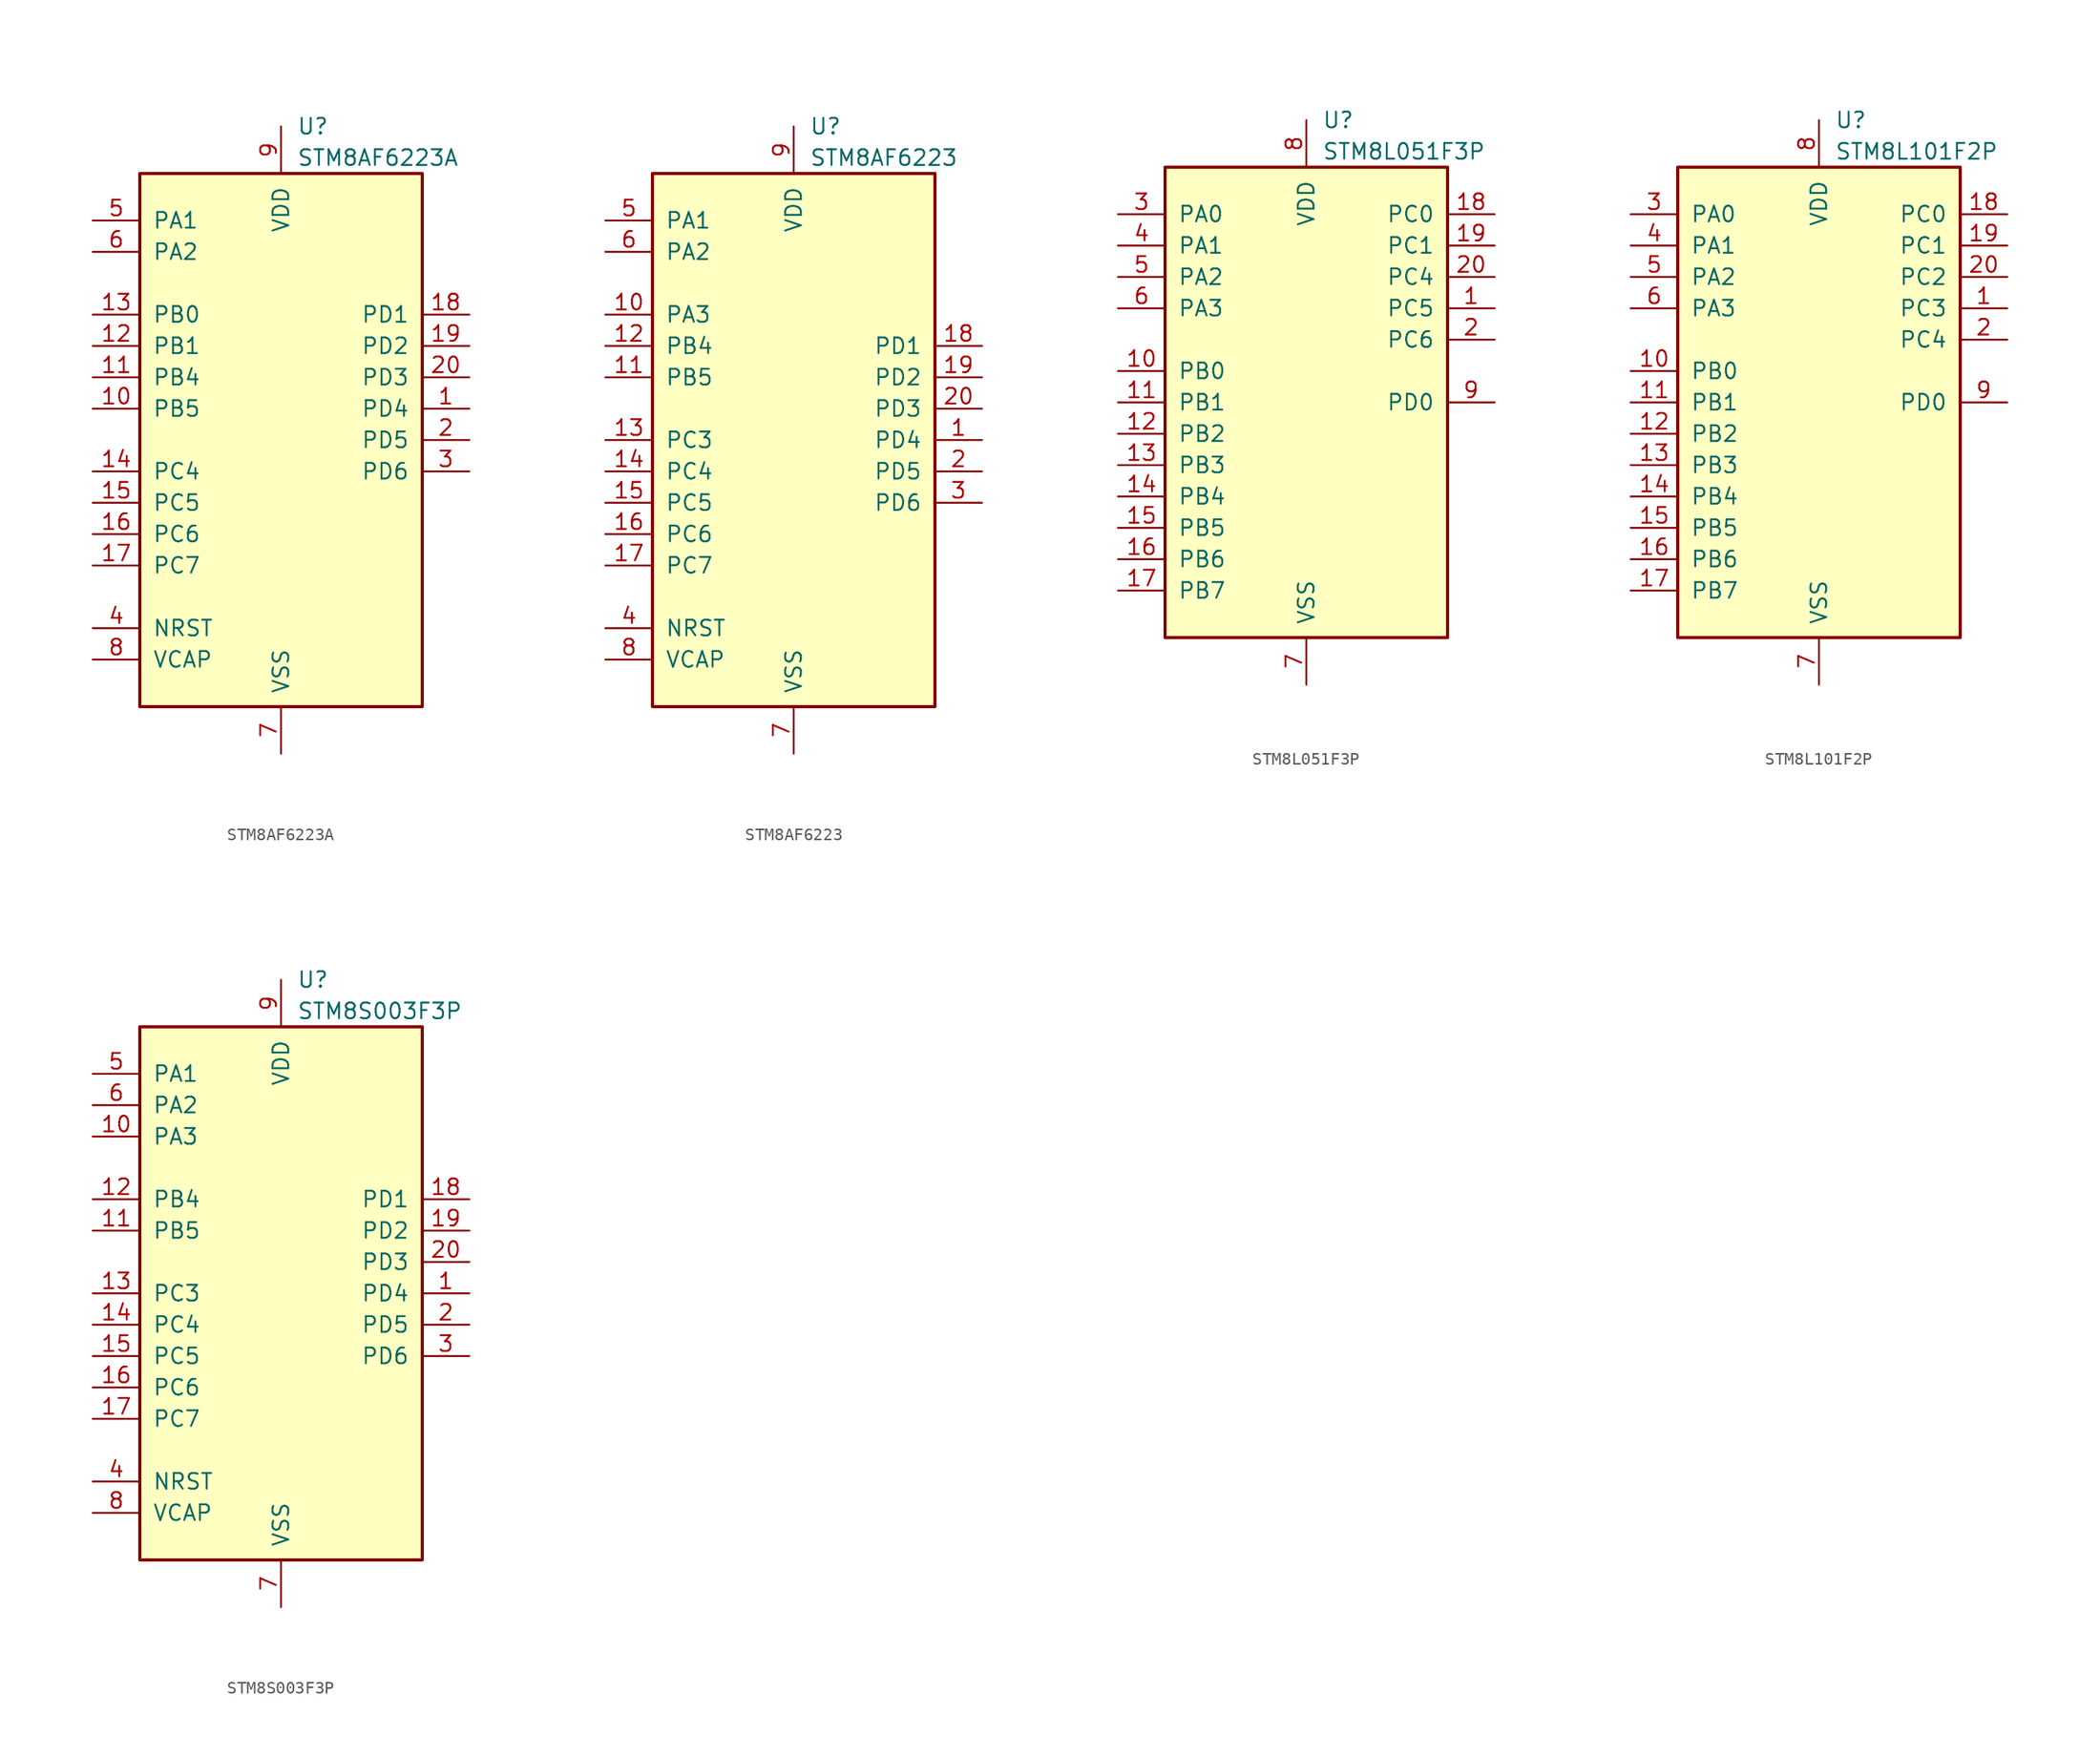
<source format=kicad_sym>
(kicad_symbol_lib
  (version 20211014)
  (generator kicad_symbol_editor)
  (symbol "STM8AF6223A"
    (pin_names
      (offset 1.016))
    (property "Reference" "U"
      (at 1.27 25.4 0)
      (effects (font (size 1.27 1.27)) (justify left)))
    (property "Value" "STM8AF6223A"
      (at 1.27 22.86 0)
      (effects (font (size 1.27 1.27)) (justify left)))
    (symbol "STM8AF6223A_0_1"
      (rectangle (start -11.43 21.59) (end 11.43 -21.59) (stroke (width 0.254) (type default) (color 0 0 0 0)) (fill (type background))))
    (symbol "STM8AF6223A_1_1"
      (pin bidirectional line (at 15.24 2.54 180) (length 3.81) (name "PD4" (effects (font (size 1.27 1.27)))) (number "1" (effects (font (size 1.27 1.27)))))
      (pin bidirectional line (at -15.24 2.54 0) (length 3.81) (name "PB5" (effects (font (size 1.27 1.27)))) (number "10" (effects (font (size 1.27 1.27)))))
      (pin bidirectional line (at -15.24 5.08 0) (length 3.81) (name "PB4" (effects (font (size 1.27 1.27)))) (number "11" (effects (font (size 1.27 1.27)))))
      (pin bidirectional line (at -15.24 7.62 0) (length 3.81) (name "PB1" (effects (font (size 1.27 1.27)))) (number "12" (effects (font (size 1.27 1.27)))))
      (pin bidirectional line (at -15.24 10.16 0) (length 3.81) (name "PB0" (effects (font (size 1.27 1.27)))) (number "13" (effects (font (size 1.27 1.27)))))
      (pin bidirectional line (at -15.24 -2.54 0) (length 3.81) (name "PC4" (effects (font (size 1.27 1.27)))) (number "14" (effects (font (size 1.27 1.27)))))
      (pin bidirectional line (at -15.24 -5.08 0) (length 3.81) (name "PC5" (effects (font (size 1.27 1.27)))) (number "15" (effects (font (size 1.27 1.27)))))
      (pin bidirectional line (at -15.24 -7.62 0) (length 3.81) (name "PC6" (effects (font (size 1.27 1.27)))) (number "16" (effects (font (size 1.27 1.27)))))
      (pin bidirectional line (at -15.24 -10.16 0) (length 3.81) (name "PC7" (effects (font (size 1.27 1.27)))) (number "17" (effects (font (size 1.27 1.27)))))
      (pin bidirectional line (at 15.24 10.16 180) (length 3.81) (name "PD1" (effects (font (size 1.27 1.27)))) (number "18" (effects (font (size 1.27 1.27)))))
      (pin bidirectional line (at 15.24 7.62 180) (length 3.81) (name "PD2" (effects (font (size 1.27 1.27)))) (number "19" (effects (font (size 1.27 1.27)))))
      (pin bidirectional line (at 15.24 0 180) (length 3.81) (name "PD5" (effects (font (size 1.27 1.27)))) (number "2" (effects (font (size 1.27 1.27)))))
      (pin bidirectional line (at 15.24 5.08 180) (length 3.81) (name "PD3" (effects (font (size 1.27 1.27)))) (number "20" (effects (font (size 1.27 1.27)))))
      (pin bidirectional line (at 15.24 -2.54 180) (length 3.81) (name "PD6" (effects (font (size 1.27 1.27)))) (number "3" (effects (font (size 1.27 1.27)))))
      (pin input line (at -15.24 -15.24 0) (length 3.81) (name "NRST" (effects (font (size 1.27 1.27)))) (number "4" (effects (font (size 1.27 1.27)))))
      (pin bidirectional line (at -15.24 17.78 0) (length 3.81) (name "PA1" (effects (font (size 1.27 1.27)))) (number "5" (effects (font (size 1.27 1.27)))))
      (pin bidirectional line (at -15.24 15.24 0) (length 3.81) (name "PA2" (effects (font (size 1.27 1.27)))) (number "6" (effects (font (size 1.27 1.27)))))
      (pin power_in line (at 0 -25.4 90) (length 3.81) (name "VSS" (effects (font (size 1.27 1.27)))) (number "7" (effects (font (size 1.27 1.27)))))
      (pin input line (at -15.24 -17.78 0) (length 3.81) (name "VCAP" (effects (font (size 1.27 1.27)))) (number "8" (effects (font (size 1.27 1.27)))))
      (pin power_in line (at 0 25.4 270) (length 3.81) (name "VDD" (effects (font (size 1.27 1.27)))) (number "9" (effects (font (size 1.27 1.27)))))))
  (symbol "STM8AF6223"
    (pin_names
      (offset 1.016))
    (property "Reference" "U"
      (at 1.27 25.4 0)
      (effects (font (size 1.27 1.27)) (justify left)))
    (property "Value" "STM8AF6223"
      (at 1.27 22.86 0)
      (effects (font (size 1.27 1.27)) (justify left)))
    (symbol "STM8AF6223_0_1"
      (rectangle (start -11.43 21.59) (end 11.43 -21.59) (stroke (width 0.254) (type default) (color 0 0 0 0)) (fill (type background))))
    (symbol "STM8AF6223_1_1"
      (pin bidirectional line (at 15.24 0 180) (length 3.81) (name "PD4" (effects (font (size 1.27 1.27)))) (number "1" (effects (font (size 1.27 1.27)))))
      (pin bidirectional line (at -15.24 10.16 0) (length 3.81) (name "PA3" (effects (font (size 1.27 1.27)))) (number "10" (effects (font (size 1.27 1.27)))))
      (pin bidirectional line (at -15.24 5.08 0) (length 3.81) (name "PB5" (effects (font (size 1.27 1.27)))) (number "11" (effects (font (size 1.27 1.27)))))
      (pin bidirectional line (at -15.24 7.62 0) (length 3.81) (name "PB4" (effects (font (size 1.27 1.27)))) (number "12" (effects (font (size 1.27 1.27)))))
      (pin bidirectional line (at -15.24 0 0) (length 3.81) (name "PC3" (effects (font (size 1.27 1.27)))) (number "13" (effects (font (size 1.27 1.27)))))
      (pin bidirectional line (at -15.24 -2.54 0) (length 3.81) (name "PC4" (effects (font (size 1.27 1.27)))) (number "14" (effects (font (size 1.27 1.27)))))
      (pin bidirectional line (at -15.24 -5.08 0) (length 3.81) (name "PC5" (effects (font (size 1.27 1.27)))) (number "15" (effects (font (size 1.27 1.27)))))
      (pin bidirectional line (at -15.24 -7.62 0) (length 3.81) (name "PC6" (effects (font (size 1.27 1.27)))) (number "16" (effects (font (size 1.27 1.27)))))
      (pin bidirectional line (at -15.24 -10.16 0) (length 3.81) (name "PC7" (effects (font (size 1.27 1.27)))) (number "17" (effects (font (size 1.27 1.27)))))
      (pin bidirectional line (at 15.24 7.62 180) (length 3.81) (name "PD1" (effects (font (size 1.27 1.27)))) (number "18" (effects (font (size 1.27 1.27)))))
      (pin bidirectional line (at 15.24 5.08 180) (length 3.81) (name "PD2" (effects (font (size 1.27 1.27)))) (number "19" (effects (font (size 1.27 1.27)))))
      (pin bidirectional line (at 15.24 -2.54 180) (length 3.81) (name "PD5" (effects (font (size 1.27 1.27)))) (number "2" (effects (font (size 1.27 1.27)))))
      (pin bidirectional line (at 15.24 2.54 180) (length 3.81) (name "PD3" (effects (font (size 1.27 1.27)))) (number "20" (effects (font (size 1.27 1.27)))))
      (pin bidirectional line (at 15.24 -5.08 180) (length 3.81) (name "PD6" (effects (font (size 1.27 1.27)))) (number "3" (effects (font (size 1.27 1.27)))))
      (pin input line (at -15.24 -15.24 0) (length 3.81) (name "NRST" (effects (font (size 1.27 1.27)))) (number "4" (effects (font (size 1.27 1.27)))))
      (pin bidirectional line (at -15.24 17.78 0) (length 3.81) (name "PA1" (effects (font (size 1.27 1.27)))) (number "5" (effects (font (size 1.27 1.27)))))
      (pin bidirectional line (at -15.24 15.24 0) (length 3.81) (name "PA2" (effects (font (size 1.27 1.27)))) (number "6" (effects (font (size 1.27 1.27)))))
      (pin power_in line (at 0 -25.4 90) (length 3.81) (name "VSS" (effects (font (size 1.27 1.27)))) (number "7" (effects (font (size 1.27 1.27)))))
      (pin input line (at -15.24 -17.78 0) (length 3.81) (name "VCAP" (effects (font (size 1.27 1.27)))) (number "8" (effects (font (size 1.27 1.27)))))
      (pin power_in line (at 0 25.4 270) (length 3.81) (name "VDD" (effects (font (size 1.27 1.27)))) (number "9" (effects (font (size 1.27 1.27)))))))
  (symbol "STM8L051F3P"
    (pin_names
      (offset 1.016))
    (property "Reference" "U"
      (at 1.27 22.86 0)
      (effects (font (size 1.27 1.27)) (justify left)))
    (property "Value" "STM8L051F3P"
      (at 1.27 20.32 0)
      (effects (font (size 1.27 1.27)) (justify left)))
    (symbol "STM8L051F3P_0_1"
      (rectangle (start -11.43 19.05) (end 11.43 -19.05) (stroke (width 0.254) (type default) (color 0 0 0 0)) (fill (type background))))
    (symbol "STM8L051F3P_1_1"
      (pin bidirectional line (at 15.24 7.62 180) (length 3.81) (name "PC5" (effects (font (size 1.27 1.27)))) (number "1" (effects (font (size 1.27 1.27)))))
      (pin bidirectional line (at -15.24 2.54 0) (length 3.81) (name "PB0" (effects (font (size 1.27 1.27)))) (number "10" (effects (font (size 1.27 1.27)))))
      (pin bidirectional line (at -15.24 0 0) (length 3.81) (name "PB1" (effects (font (size 1.27 1.27)))) (number "11" (effects (font (size 1.27 1.27)))))
      (pin bidirectional line (at -15.24 -2.54 0) (length 3.81) (name "PB2" (effects (font (size 1.27 1.27)))) (number "12" (effects (font (size 1.27 1.27)))))
      (pin bidirectional line (at -15.24 -5.08 0) (length 3.81) (name "PB3" (effects (font (size 1.27 1.27)))) (number "13" (effects (font (size 1.27 1.27)))))
      (pin bidirectional line (at -15.24 -7.62 0) (length 3.81) (name "PB4" (effects (font (size 1.27 1.27)))) (number "14" (effects (font (size 1.27 1.27)))))
      (pin bidirectional line (at -15.24 -10.16 0) (length 3.81) (name "PB5" (effects (font (size 1.27 1.27)))) (number "15" (effects (font (size 1.27 1.27)))))
      (pin bidirectional line (at -15.24 -12.7 0) (length 3.81) (name "PB6" (effects (font (size 1.27 1.27)))) (number "16" (effects (font (size 1.27 1.27)))))
      (pin bidirectional line (at -15.24 -15.24 0) (length 3.81) (name "PB7" (effects (font (size 1.27 1.27)))) (number "17" (effects (font (size 1.27 1.27)))))
      (pin bidirectional line (at 15.24 15.24 180) (length 3.81) (name "PC0" (effects (font (size 1.27 1.27)))) (number "18" (effects (font (size 1.27 1.27)))))
      (pin bidirectional line (at 15.24 12.7 180) (length 3.81) (name "PC1" (effects (font (size 1.27 1.27)))) (number "19" (effects (font (size 1.27 1.27)))))
      (pin bidirectional line (at 15.24 5.08 180) (length 3.81) (name "PC6" (effects (font (size 1.27 1.27)))) (number "2" (effects (font (size 1.27 1.27)))))
      (pin bidirectional line (at 15.24 10.16 180) (length 3.81) (name "PC4" (effects (font (size 1.27 1.27)))) (number "20" (effects (font (size 1.27 1.27)))))
      (pin power_in line (at -15.24 15.24 0) (length 3.81) (name "PA0" (effects (font (size 1.27 1.27)))) (number "3" (effects (font (size 1.27 1.27)))))
      (pin bidirectional line (at -15.24 12.7 0) (length 3.81) (name "PA1" (effects (font (size 1.27 1.27)))) (number "4" (effects (font (size 1.27 1.27)))))
      (pin bidirectional line (at -15.24 10.16 0) (length 3.81) (name "PA2" (effects (font (size 1.27 1.27)))) (number "5" (effects (font (size 1.27 1.27)))))
      (pin bidirectional line (at -15.24 7.62 0) (length 3.81) (name "PA3" (effects (font (size 1.27 1.27)))) (number "6" (effects (font (size 1.27 1.27)))))
      (pin power_in line (at 0 -22.86 90) (length 3.81) (name "VSS" (effects (font (size 1.27 1.27)))) (number "7" (effects (font (size 1.27 1.27)))))
      (pin power_in line (at 0 22.86 270) (length 3.81) (name "VDD" (effects (font (size 1.27 1.27)))) (number "8" (effects (font (size 1.27 1.27)))))
      (pin bidirectional line (at 15.24 0 180) (length 3.81) (name "PD0" (effects (font (size 1.27 1.27)))) (number "9" (effects (font (size 1.27 1.27)))))))
  (symbol "STM8L101F2P"
    (pin_names
      (offset 1.016))
    (property "Reference" "U"
      (at 1.27 22.86 0)
      (effects (font (size 1.27 1.27)) (justify left)))
    (property "Value" "STM8L101F2P"
      (at 1.27 20.32 0)
      (effects (font (size 1.27 1.27)) (justify left)))
    (symbol "STM8L101F2P_0_1"
      (rectangle (start -11.43 19.05) (end 11.43 -19.05) (stroke (width 0.254) (type default) (color 0 0 0 0)) (fill (type background))))
    (symbol "STM8L101F2P_1_1"
      (pin bidirectional line (at 15.24 7.62 180) (length 3.81) (name "PC3" (effects (font (size 1.27 1.27)))) (number "1" (effects (font (size 1.27 1.27)))))
      (pin bidirectional line (at -15.24 2.54 0) (length 3.81) (name "PB0" (effects (font (size 1.27 1.27)))) (number "10" (effects (font (size 1.27 1.27)))))
      (pin bidirectional line (at -15.24 0 0) (length 3.81) (name "PB1" (effects (font (size 1.27 1.27)))) (number "11" (effects (font (size 1.27 1.27)))))
      (pin bidirectional line (at -15.24 -2.54 0) (length 3.81) (name "PB2" (effects (font (size 1.27 1.27)))) (number "12" (effects (font (size 1.27 1.27)))))
      (pin bidirectional line (at -15.24 -5.08 0) (length 3.81) (name "PB3" (effects (font (size 1.27 1.27)))) (number "13" (effects (font (size 1.27 1.27)))))
      (pin bidirectional line (at -15.24 -7.62 0) (length 3.81) (name "PB4" (effects (font (size 1.27 1.27)))) (number "14" (effects (font (size 1.27 1.27)))))
      (pin bidirectional line (at -15.24 -10.16 0) (length 3.81) (name "PB5" (effects (font (size 1.27 1.27)))) (number "15" (effects (font (size 1.27 1.27)))))
      (pin bidirectional line (at -15.24 -12.7 0) (length 3.81) (name "PB6" (effects (font (size 1.27 1.27)))) (number "16" (effects (font (size 1.27 1.27)))))
      (pin bidirectional line (at -15.24 -15.24 0) (length 3.81) (name "PB7" (effects (font (size 1.27 1.27)))) (number "17" (effects (font (size 1.27 1.27)))))
      (pin bidirectional line (at 15.24 15.24 180) (length 3.81) (name "PC0" (effects (font (size 1.27 1.27)))) (number "18" (effects (font (size 1.27 1.27)))))
      (pin bidirectional line (at 15.24 12.7 180) (length 3.81) (name "PC1" (effects (font (size 1.27 1.27)))) (number "19" (effects (font (size 1.27 1.27)))))
      (pin bidirectional line (at 15.24 5.08 180) (length 3.81) (name "PC4" (effects (font (size 1.27 1.27)))) (number "2" (effects (font (size 1.27 1.27)))))
      (pin bidirectional line (at 15.24 10.16 180) (length 3.81) (name "PC2" (effects (font (size 1.27 1.27)))) (number "20" (effects (font (size 1.27 1.27)))))
      (pin power_in line (at -15.24 15.24 0) (length 3.81) (name "PA0" (effects (font (size 1.27 1.27)))) (number "3" (effects (font (size 1.27 1.27)))))
      (pin bidirectional line (at -15.24 12.7 0) (length 3.81) (name "PA1" (effects (font (size 1.27 1.27)))) (number "4" (effects (font (size 1.27 1.27)))))
      (pin bidirectional line (at -15.24 10.16 0) (length 3.81) (name "PA2" (effects (font (size 1.27 1.27)))) (number "5" (effects (font (size 1.27 1.27)))))
      (pin bidirectional line (at -15.24 7.62 0) (length 3.81) (name "PA3" (effects (font (size 1.27 1.27)))) (number "6" (effects (font (size 1.27 1.27)))))
      (pin power_in line (at 0 -22.86 90) (length 3.81) (name "VSS" (effects (font (size 1.27 1.27)))) (number "7" (effects (font (size 1.27 1.27)))))
      (pin power_in line (at 0 22.86 270) (length 3.81) (name "VDD" (effects (font (size 1.27 1.27)))) (number "8" (effects (font (size 1.27 1.27)))))
      (pin bidirectional line (at 15.24 0 180) (length 3.81) (name "PD0" (effects (font (size 1.27 1.27)))) (number "9" (effects (font (size 1.27 1.27)))))))
  (symbol "STM8S003F3P"
    (pin_names
      (offset 1.016))
    (property "Reference" "U"
      (at 1.27 25.4 0)
      (effects (font (size 1.27 1.27)) (justify left)))
    (property "Value" "STM8S003F3P"
      (at 1.27 22.86 0)
      (effects (font (size 1.27 1.27)) (justify left)))
    (symbol "STM8S003F3P_0_1"
      (rectangle (start -11.43 21.59) (end 11.43 -21.59) (stroke (width 0.254) (type default) (color 0 0 0 0)) (fill (type background))))
    (symbol "STM8S003F3P_1_1"
      (pin bidirectional line (at 15.24 0 180) (length 3.81) (name "PD4" (effects (font (size 1.27 1.27)))) (number "1" (effects (font (size 1.27 1.27)))))
      (pin bidirectional line (at -15.24 12.7 0) (length 3.81) (name "PA3" (effects (font (size 1.27 1.27)))) (number "10" (effects (font (size 1.27 1.27)))))
      (pin bidirectional line (at -15.24 5.08 0) (length 3.81) (name "PB5" (effects (font (size 1.27 1.27)))) (number "11" (effects (font (size 1.27 1.27)))))
      (pin bidirectional line (at -15.24 7.62 0) (length 3.81) (name "PB4" (effects (font (size 1.27 1.27)))) (number "12" (effects (font (size 1.27 1.27)))))
      (pin bidirectional line (at -15.24 0 0) (length 3.81) (name "PC3" (effects (font (size 1.27 1.27)))) (number "13" (effects (font (size 1.27 1.27)))))
      (pin bidirectional line (at -15.24 -2.54 0) (length 3.81) (name "PC4" (effects (font (size 1.27 1.27)))) (number "14" (effects (font (size 1.27 1.27)))))
      (pin bidirectional line (at -15.24 -5.08 0) (length 3.81) (name "PC5" (effects (font (size 1.27 1.27)))) (number "15" (effects (font (size 1.27 1.27)))))
      (pin bidirectional line (at -15.24 -7.62 0) (length 3.81) (name "PC6" (effects (font (size 1.27 1.27)))) (number "16" (effects (font (size 1.27 1.27)))))
      (pin bidirectional line (at -15.24 -10.16 0) (length 3.81) (name "PC7" (effects (font (size 1.27 1.27)))) (number "17" (effects (font (size 1.27 1.27)))))
      (pin bidirectional line (at 15.24 7.62 180) (length 3.81) (name "PD1" (effects (font (size 1.27 1.27)))) (number "18" (effects (font (size 1.27 1.27)))))
      (pin bidirectional line (at 15.24 5.08 180) (length 3.81) (name "PD2" (effects (font (size 1.27 1.27)))) (number "19" (effects (font (size 1.27 1.27)))))
      (pin bidirectional line (at 15.24 -2.54 180) (length 3.81) (name "PD5" (effects (font (size 1.27 1.27)))) (number "2" (effects (font (size 1.27 1.27)))))
      (pin bidirectional line (at 15.24 2.54 180) (length 3.81) (name "PD3" (effects (font (size 1.27 1.27)))) (number "20" (effects (font (size 1.27 1.27)))))
      (pin bidirectional line (at 15.24 -5.08 180) (length 3.81) (name "PD6" (effects (font (size 1.27 1.27)))) (number "3" (effects (font (size 1.27 1.27)))))
      (pin input line (at -15.24 -15.24 0) (length 3.81) (name "NRST" (effects (font (size 1.27 1.27)))) (number "4" (effects (font (size 1.27 1.27)))))
      (pin bidirectional line (at -15.24 17.78 0) (length 3.81) (name "PA1" (effects (font (size 1.27 1.27)))) (number "5" (effects (font (size 1.27 1.27)))))
      (pin bidirectional line (at -15.24 15.24 0) (length 3.81) (name "PA2" (effects (font (size 1.27 1.27)))) (number "6" (effects (font (size 1.27 1.27)))))
      (pin power_in line (at 0 -25.4 90) (length 3.81) (name "VSS" (effects (font (size 1.27 1.27)))) (number "7" (effects (font (size 1.27 1.27)))))
      (pin passive line (at -15.24 -17.78 0) (length 3.81) (name "VCAP" (effects (font (size 1.27 1.27)))) (number "8" (effects (font (size 1.27 1.27)))))
      (pin power_in line (at 0 25.4 270) (length 3.81) (name "VDD" (effects (font (size 1.27 1.27)))) (number "9" (effects (font (size 1.27 1.27))))))))
</source>
